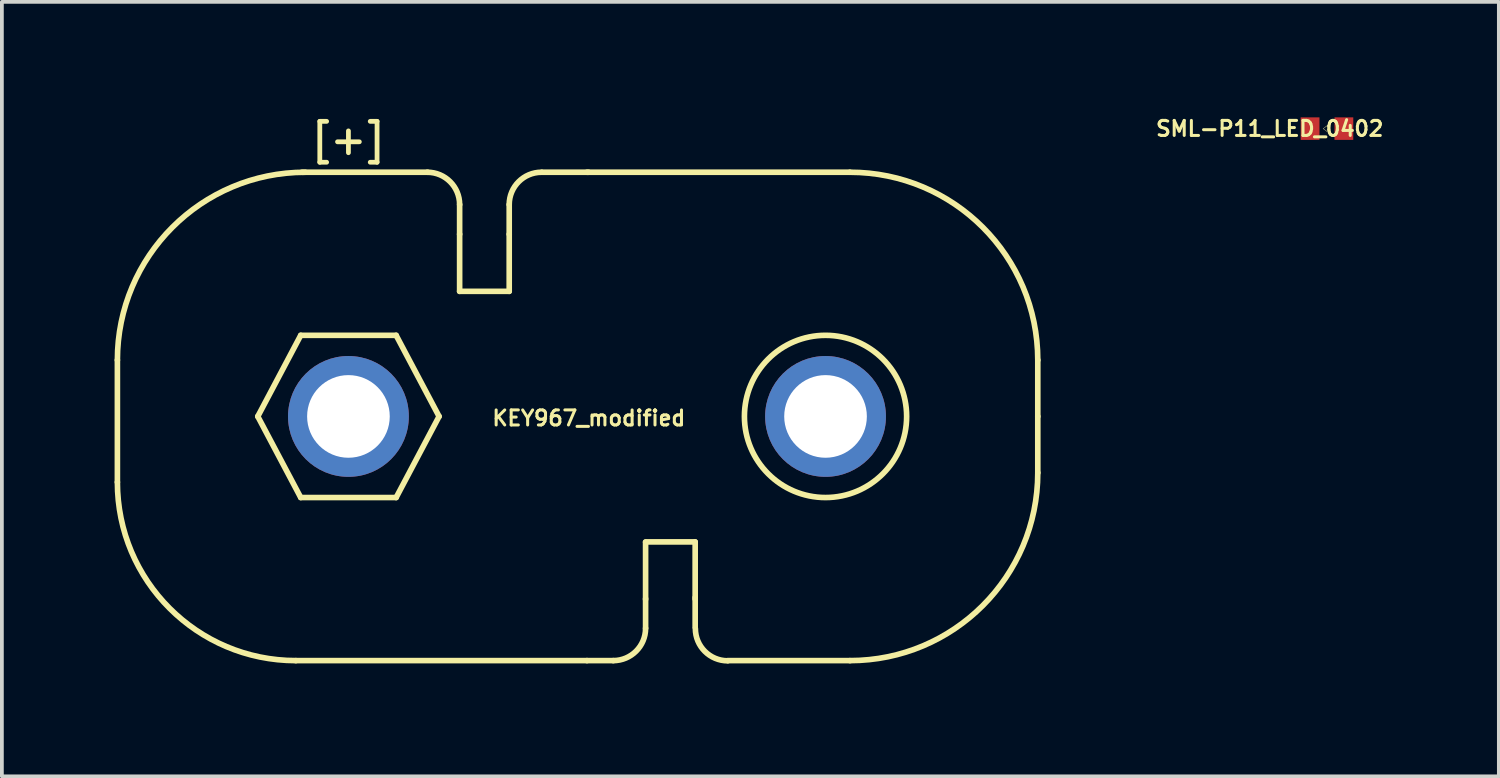
<source format=kicad_pcb>
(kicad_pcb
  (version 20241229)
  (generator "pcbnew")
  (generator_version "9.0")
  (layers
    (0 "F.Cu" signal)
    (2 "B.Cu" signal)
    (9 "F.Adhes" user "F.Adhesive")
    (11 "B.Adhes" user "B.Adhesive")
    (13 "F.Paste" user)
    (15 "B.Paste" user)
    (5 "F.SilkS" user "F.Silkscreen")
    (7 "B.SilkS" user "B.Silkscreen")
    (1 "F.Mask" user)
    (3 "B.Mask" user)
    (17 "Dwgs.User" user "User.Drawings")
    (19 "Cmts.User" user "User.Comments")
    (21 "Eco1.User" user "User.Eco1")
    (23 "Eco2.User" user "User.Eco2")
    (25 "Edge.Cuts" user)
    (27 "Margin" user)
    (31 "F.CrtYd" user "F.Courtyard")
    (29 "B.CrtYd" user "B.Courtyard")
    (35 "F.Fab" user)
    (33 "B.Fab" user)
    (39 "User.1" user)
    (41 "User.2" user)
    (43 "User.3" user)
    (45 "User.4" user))
  (footprint "KEY967_modified"
    (layer "F.Cu")
    (at 12.575 8.035)
    (property "Reference" "KEY967_modified" (at 0.049 0.046 0) (layer "F.SilkS") (effects (font (size 0.4 0.4) (thickness 0.08))))
    (attr through_hole)
    (fp_line (start -12.5 -1.5) (end -12.5 1.75) (stroke (width 0.15) (type solid)) (layer "F.SilkS"))
    (fp_line (start -8.763 0) (end -7.62 2.159) (stroke (width 0.15) (type solid)) (layer "F.SilkS"))
    (fp_line (start -7.75 6.5) (end 0 6.5) (stroke (width 0.15) (type solid)) (layer "F.SilkS"))
    (fp_line (start -7.62 -2.159) (end -8.763 0) (stroke (width 0.15) (type solid)) (layer "F.SilkS"))
    (fp_line (start -7.62 -2.159) (end -5.08 -2.159) (stroke (width 0.15) (type solid)) (layer "F.SilkS"))
    (fp_line (start -7.62 2.159) (end -5.08 2.159) (stroke (width 0.15) (type solid)) (layer "F.SilkS"))
    (fp_line (start -5.08 -2.159) (end -3.937 0) (stroke (width 0.15) (type solid)) (layer "F.SilkS"))
    (fp_line (start -4.24 -6.5) (end -7.59 -6.5) (stroke (width 0.15) (type solid)) (layer "F.SilkS"))
    (fp_line (start -3.937 0) (end -5.08 2.159) (stroke (width 0.15) (type solid)) (layer "F.SilkS"))
    (fp_line (start -3.39 -4.85) (end -3.39 -5.64) (stroke (width 0.15) (type solid)) (layer "F.SilkS"))
    (fp_line (start -3.39 -3.33) (end -3.39 -4.85) (stroke (width 0.15) (type solid)) (layer "F.SilkS"))
    (fp_line (start -3.39 -3.33) (end -2.07 -3.33) (stroke (width 0.15) (type solid)) (layer "F.SilkS"))
    (fp_line (start -2.07 -4.85) (end -2.07 -5.64) (stroke (width 0.15) (type solid)) (layer "F.SilkS"))
    (fp_line (start -2.07 -3.33) (end -2.07 -4.85) (stroke (width 0.15) (type solid)) (layer "F.SilkS"))
    (fp_line (start -1.2 -6.5) (end 0.04 -6.5) (stroke (width 0.15) (type solid)) (layer "F.SilkS"))
    (fp_line (start 0 -6.5) (end 7 -6.5) (stroke (width 0.15) (type solid)) (layer "F.SilkS"))
    (fp_line (start 0 6.5) (end 0.7 6.5) (stroke (width 0.15) (type solid)) (layer "F.SilkS"))
    (fp_line (start 1.56 3.34) (end 2.88 3.34) (stroke (width 0.15) (type solid)) (layer "F.SilkS"))
    (fp_line (start 1.56 4.87) (end 1.56 3.35) (stroke (width 0.15) (type solid)) (layer "F.SilkS"))
    (fp_line (start 1.56 5.64) (end 1.56 4.85) (stroke (width 0.15) (type solid)) (layer "F.SilkS"))
    (fp_line (start 2.88 4.86) (end 2.88 3.34) (stroke (width 0.15) (type solid)) (layer "F.SilkS"))
    (fp_line (start 2.88 5.61) (end 2.88 4.82) (stroke (width 0.15) (type solid)) (layer "F.SilkS"))
    (fp_line (start 7 6.5) (end 3.75 6.5) (stroke (width 0.15) (type solid)) (layer "F.SilkS"))
    (fp_line (start 12 0) (end 12 -1.5) (stroke (width 0.15) (type solid)) (layer "F.SilkS"))
    (fp_line (start 12 0) (end 12 1.5) (stroke (width 0.15) (type solid)) (layer "F.SilkS"))
    (fp_arc (start -12.5 -1.5) (mid -11.035534 -5.035534) (end -7.5 -6.5) (stroke (width 0.15) (type solid)) (layer "F.SilkS"))
    (fp_arc (start -7.75 6.5) (mid -11.108757 5.108757) (end -12.5 1.75) (stroke (width 0.15) (type solid)) (layer "F.SilkS"))
    (fp_arc (start -4.25 -6.5) (mid -3.641888 -6.248112) (end -3.39 -5.64) (stroke (width 0.15) (type solid)) (layer "F.SilkS"))
    (fp_arc (start -2.07 -5.64) (mid -1.818112 -6.248112) (end -1.21 -6.5) (stroke (width 0.15) (type solid)) (layer "F.SilkS"))
    (fp_arc (start 1.56 5.64) (mid 1.308112 6.248112) (end 0.7 6.5) (stroke (width 0.15) (type solid)) (layer "F.SilkS"))
    (fp_arc (start 3.745 6.505) (mid 3.136888 6.253112) (end 2.885 5.645) (stroke (width 0.15) (type solid)) (layer "F.SilkS"))
    (fp_arc (start 7 -6.5) (mid 10.535534 -5.035534) (end 12 -1.5) (stroke (width 0.15) (type solid)) (layer "F.SilkS"))
    (fp_arc (start 12 1.5) (mid 10.535534 5.035534) (end 7 6.5) (stroke (width 0.15) (type solid)) (layer "F.SilkS"))
    (fp_circle (center 6.35 0) (end 4.191 0) (stroke (width 0.15) (type solid)) (fill no) (layer "F.SilkS"))
    (fp_text user "[+]" (at -6.35 -7.366 0) (layer "F.SilkS") (effects (font (size 0.762 0.762) (thickness 0.127))))
    (pad "1" thru_hole circle (at -6.35 0) (size 3.216 3.216) (drill 2.2) (layers "*.Cu" "*.Mask"))
    (pad "2" thru_hole circle (at 6.35 0) (size 3.216 3.216) (drill 2.2) (layers "*.Cu" "*.Mask")))
  (footprint "SML-P11_LED_0402"
    (layer "F.Cu")
    (at 32.273 0.374)
    (property "Reference" "SML-P11_LED_0402" (at -1.524 0 0) (layer "F.SilkS") (effects (font (size 0.4 0.4) (thickness 0.08))))
    (attr through_hole)
    (fp_line (start -0.102 0) (end 0.102 -0.152) (stroke (width 0.01) (type solid)) (layer "F.SilkS"))
    (fp_line (start 0.102 -0.152) (end 0.102 0.152) (stroke (width 0.01) (type solid)) (layer "F.SilkS"))
    (fp_line (start 0.102 0.152) (end -0.102 0) (stroke (width 0.01) (type solid)) (layer "F.SilkS"))
    (pad "1" smd rect (at -0.45 0) (size 0.5 0.6) (layers "F.Cu" "F.Mask" "F.Paste"))
    (pad "2" smd rect (at 0.45 0) (size 0.5 0.6) (layers "F.Cu" "F.Mask" "F.Paste")))
  (gr_rect
    (start -3 -3)
    (end 36.848 17.615)
    (stroke (width 0.1) (type default))
    (fill no)
    (layer "Edge.Cuts")))
</source>
